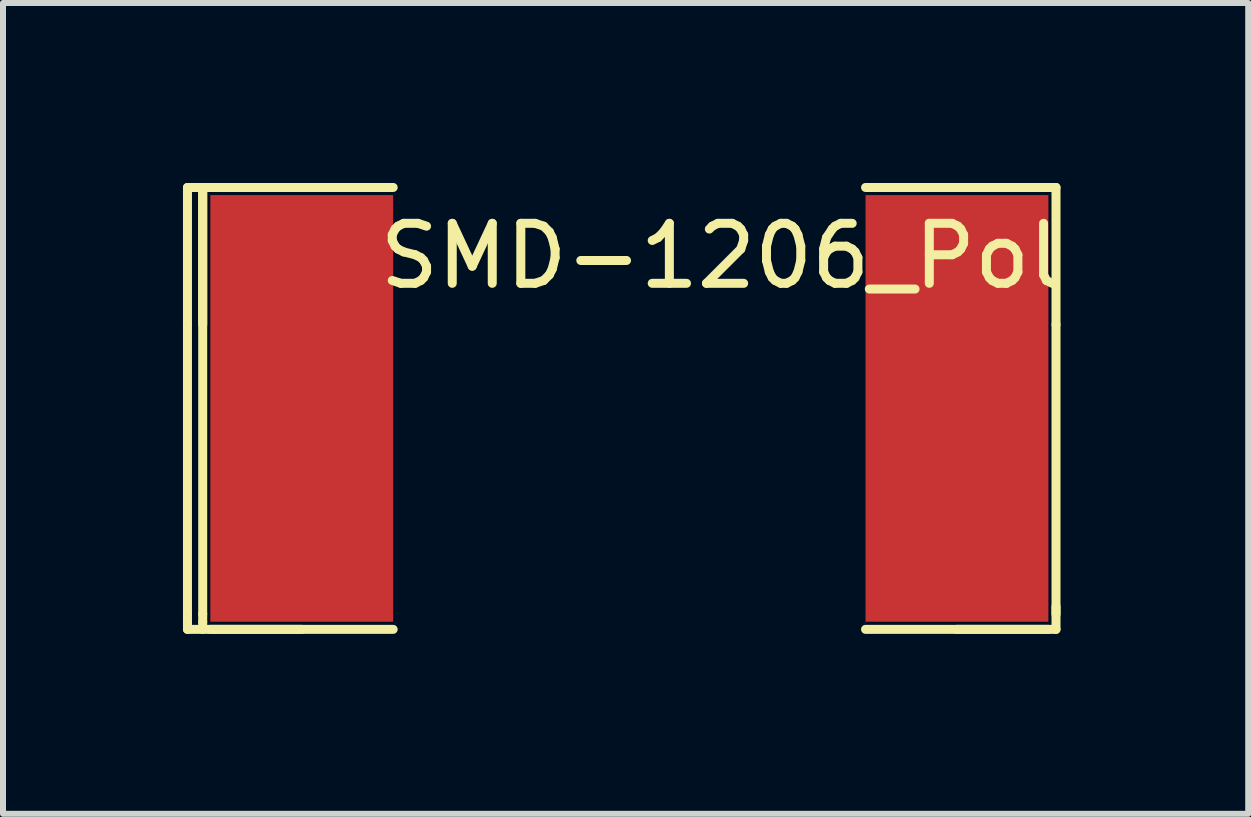
<source format=kicad_pcb>
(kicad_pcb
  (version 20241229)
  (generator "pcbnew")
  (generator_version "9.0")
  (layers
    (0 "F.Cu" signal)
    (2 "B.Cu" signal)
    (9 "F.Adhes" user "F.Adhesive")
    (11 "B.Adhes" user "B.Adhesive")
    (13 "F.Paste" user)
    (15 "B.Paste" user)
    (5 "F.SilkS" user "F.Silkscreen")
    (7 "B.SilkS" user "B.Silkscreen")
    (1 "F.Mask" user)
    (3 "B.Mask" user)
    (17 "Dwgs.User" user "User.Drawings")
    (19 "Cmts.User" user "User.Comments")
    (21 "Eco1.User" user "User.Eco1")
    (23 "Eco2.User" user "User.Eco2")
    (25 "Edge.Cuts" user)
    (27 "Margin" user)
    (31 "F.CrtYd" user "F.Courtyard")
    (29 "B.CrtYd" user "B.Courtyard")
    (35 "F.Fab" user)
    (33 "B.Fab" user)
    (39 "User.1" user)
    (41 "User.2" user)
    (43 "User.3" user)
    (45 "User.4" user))
  (footprint "SMD-1206_Pol"
    (layer "F.Cu")
    (at 3.631 1.218)
    (property "Reference" "SMD-1206_Pol" (at 5.334 0 0) (layer "F.SilkS") (effects (font (size 1 1) (thickness 0.15))))
    (attr smd)
    (fp_line (start -3.556 -1.143) (end -3.556 1.143) (stroke (width 0.15) (type solid)) (layer "F.SilkS"))
    (fp_line (start -3.556 1.143) (end -3.556 5.969) (stroke (width 0.15) (type solid)) (layer "F.SilkS"))
    (fp_line (start -3.556 5.969) (end -3.556 6.096) (stroke (width 0.15) (type solid)) (layer "F.SilkS"))
    (fp_line (start -3.556 6.096) (end -3.556 6.223) (stroke (width 0.15) (type solid)) (layer "F.SilkS"))
    (fp_line (start -3.556 6.223) (end -1.651 6.223) (stroke (width 0.15) (type solid)) (layer "F.SilkS"))
    (fp_line (start -3.302 -1.143) (end -3.556 -1.143) (stroke (width 0.15) (type solid)) (layer "F.SilkS"))
    (fp_line (start -3.302 -1.143) (end -3.302 1.143) (stroke (width 0.15) (type solid)) (layer "F.SilkS"))
    (fp_line (start -3.302 -1.143) (end -3.302 5.969) (stroke (width 0.15) (type solid)) (layer "F.SilkS"))
    (fp_line (start -3.302 5.969) (end -3.302 6.096) (stroke (width 0.15) (type solid)) (layer "F.SilkS"))
    (fp_line (start -3.302 6.096) (end -3.302 6.223) (stroke (width 0.15) (type solid)) (layer "F.SilkS"))
    (fp_line (start -3.175 -1.143) (end -0.127 -1.143) (stroke (width 0.15) (type solid)) (layer "F.SilkS"))
    (fp_line (start -3.175 6.223) (end -0.127 6.223) (stroke (width 0.15) (type solid)) (layer "F.SilkS"))
    (fp_line (start -1.651 -1.143) (end -3.302 -1.143) (stroke (width 0.15) (type solid)) (layer "F.SilkS"))
    (fp_line (start 9.271 -1.143) (end 10.922 -1.143) (stroke (width 0.15) (type solid)) (layer "F.SilkS"))
    (fp_line (start 9.271 6.223) (end 10.922 6.223) (stroke (width 0.15) (type solid)) (layer "F.SilkS"))
    (fp_line (start 10.795 -1.143) (end 7.747 -1.143) (stroke (width 0.15) (type solid)) (layer "F.SilkS"))
    (fp_line (start 10.795 6.223) (end 7.747 6.223) (stroke (width 0.15) (type solid)) (layer "F.SilkS"))
    (fp_line (start 10.922 -1.143) (end 10.922 1.143) (stroke (width 0.15) (type solid)) (layer "F.SilkS"))
    (fp_line (start 10.922 1.143) (end 10.922 5.969) (stroke (width 0.15) (type solid)) (layer "F.SilkS"))
    (fp_line (start 10.922 6.223) (end 10.922 5.842) (stroke (width 0.15) (type solid)) (layer "F.SilkS"))
    (pad "1" smd rect (at -1.651 2.54) (size 3.048 7.112) (layers "F.Cu" "F.Mask" "F.Paste"))
    (pad "2" smd rect (at 9.271 2.54) (size 3.048 7.112) (layers "F.Cu" "F.Mask" "F.Paste")))
  (gr_rect
    (start -3 -3)
    (end 17.757 10.516)
    (stroke (width 0.1) (type default))
    (fill no)
    (layer "Edge.Cuts")))
</source>
